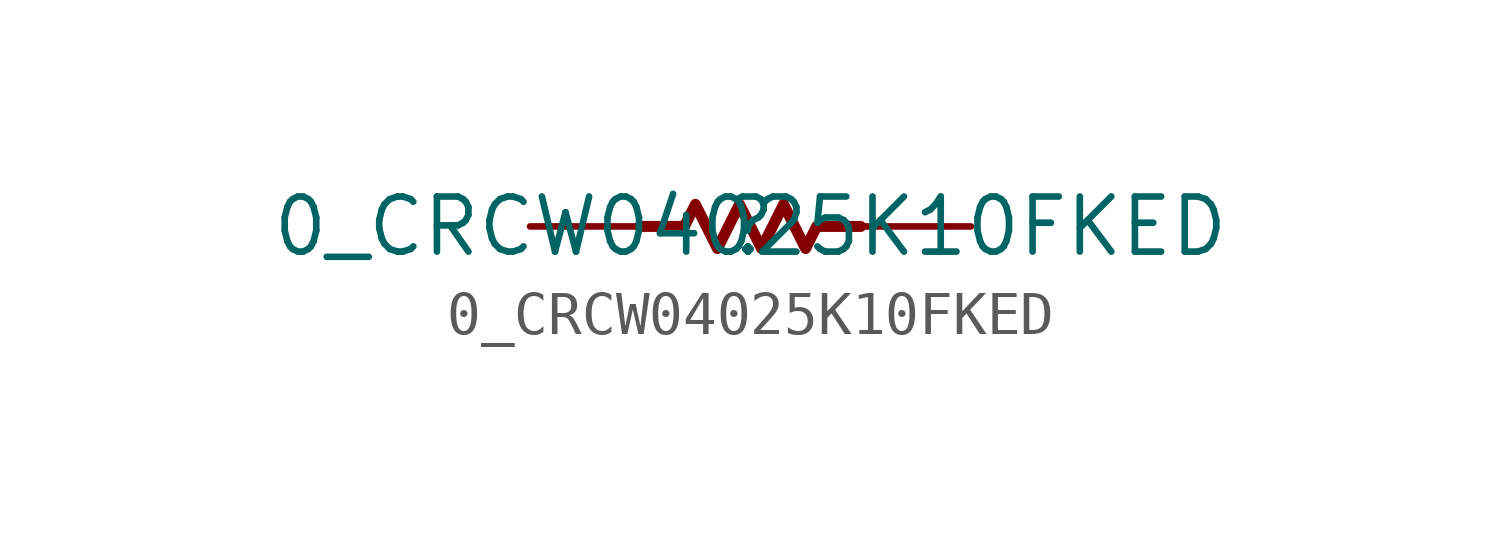
<source format=kicad_sym>
(kicad_symbol_lib
  (version 20211014)
  (generator kicad_symbol_editor)
  (symbol "0_CRCW04025K10FKED"
    (property "Reference" ""
      (at 0 0 0)
      (effects (font (size 1.27 1.27))))
    (property "Value" "0_CRCW04025K10FKED"
      (at 0 0 0)
      (effects (font (size 1.27 1.27))))
    (symbol "0_CRCW04025K10FKED_1_0"
      (polyline (pts (xy 2.54 0) (xy 1.524 0) (xy 1.27 -0.508) (xy 0.762 0.508) (xy 0.254 -0.508) (xy -0.254 0.508) (xy -0.762 -0.508) (xy -1.27 0.508) (xy -1.524 0) (xy -2.54 0)) (stroke (width 0.254) (type default) (color 0 0 0 0)) (fill (type none)))
      (pin passive line (at -5.08 0 0) (length 2.54) (name "1" (effects (font (size 0 0)))) (number "1" (effects (font (size 0 0)))))
      (pin passive line (at 5.08 0 180) (length 2.54) (name "2" (effects (font (size 0 0)))) (number "2" (effects (font (size 0 0))))))))
</source>
